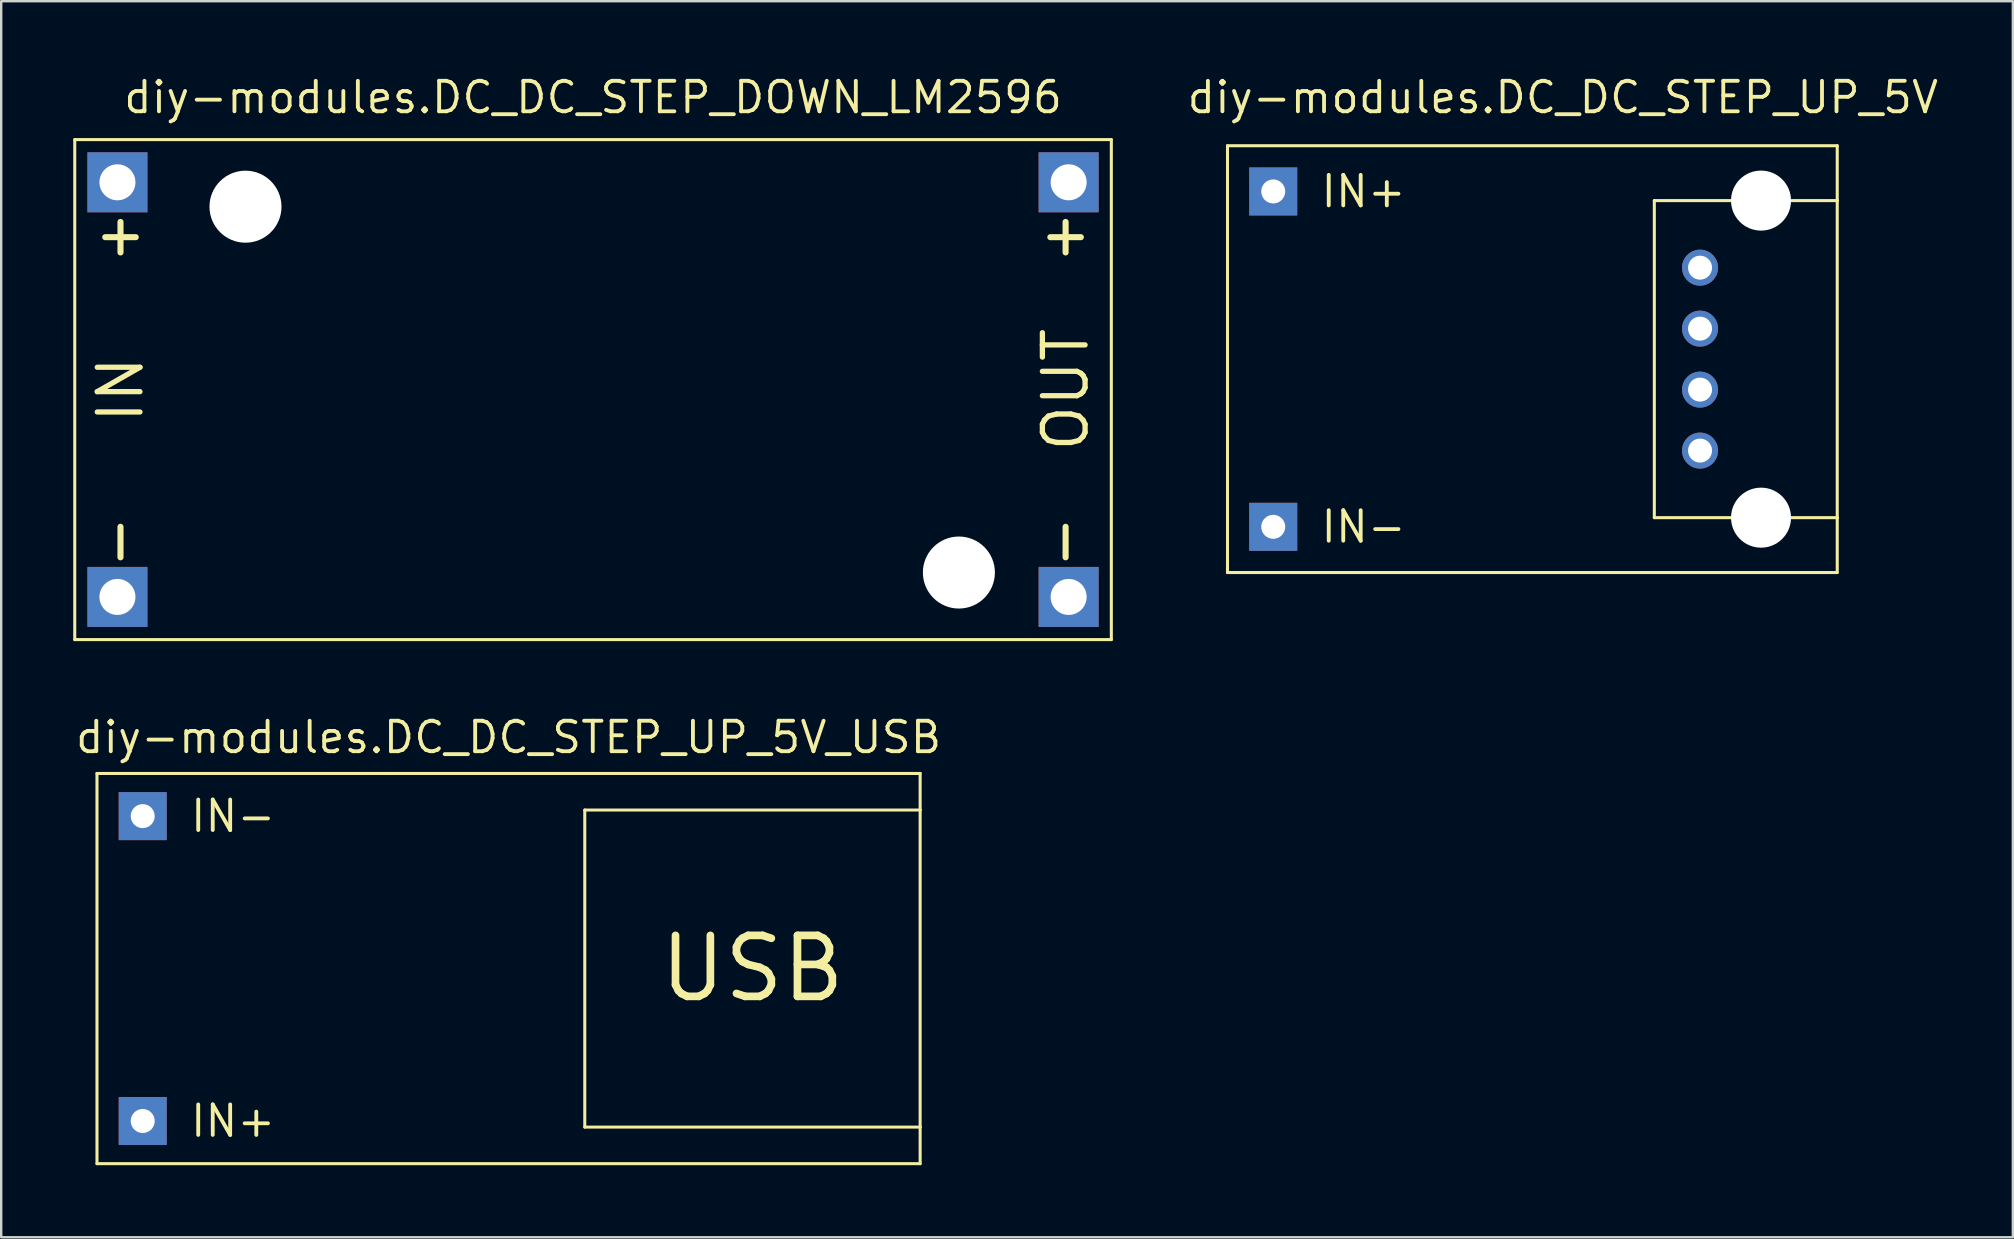
<source format=kicad_pcb>
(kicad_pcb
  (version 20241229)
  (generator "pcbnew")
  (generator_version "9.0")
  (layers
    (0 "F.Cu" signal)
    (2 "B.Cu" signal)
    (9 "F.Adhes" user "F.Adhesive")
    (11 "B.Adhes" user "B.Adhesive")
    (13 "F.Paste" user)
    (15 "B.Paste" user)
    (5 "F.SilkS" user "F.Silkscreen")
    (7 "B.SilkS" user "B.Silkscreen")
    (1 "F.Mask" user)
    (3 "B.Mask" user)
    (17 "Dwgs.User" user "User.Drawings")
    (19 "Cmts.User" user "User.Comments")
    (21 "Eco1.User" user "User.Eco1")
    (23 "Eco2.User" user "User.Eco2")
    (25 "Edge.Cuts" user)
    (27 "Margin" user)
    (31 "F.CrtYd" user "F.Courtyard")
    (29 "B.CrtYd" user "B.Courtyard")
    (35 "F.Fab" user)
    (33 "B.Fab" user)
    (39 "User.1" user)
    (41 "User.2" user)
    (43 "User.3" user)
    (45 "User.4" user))
  (footprint "diy-modules.DC_DC_STEP_DOWN_LM2596"
    (layer "F.Cu")
    (at 21.654 13.18)
    (property "Reference" "diy-modules.DC_DC_STEP_DOWN_LM2596" (at 0 -11.43 0) (layer "F.SilkS") (effects (font (size 1.27 1.27) (thickness 0.16)) (justify bottom)))
    (attr through_hole)
    (fp_line (start -21.59 -10.414) (end 21.59 -10.414) (stroke (width 0.127) (type default)) (layer "F.SilkS"))
    (fp_line (start -21.59 10.414) (end -21.59 -10.414) (stroke (width 0.127) (type default)) (layer "F.SilkS"))
    (fp_line (start -20.32 -6.35) (end -19.05 -6.35) (stroke (width 0.254) (type default)) (layer "F.SilkS"))
    (fp_line (start -19.685 -6.985) (end -19.685 -5.715) (stroke (width 0.254) (type default)) (layer "F.SilkS"))
    (fp_line (start -19.685 6.985) (end -19.685 5.715) (stroke (width 0.254) (type default)) (layer "F.SilkS"))
    (fp_line (start 19.05 -6.35) (end 20.32 -6.35) (stroke (width 0.254) (type default)) (layer "F.SilkS"))
    (fp_line (start 19.685 -6.985) (end 19.685 -5.715) (stroke (width 0.254) (type default)) (layer "F.SilkS"))
    (fp_line (start 19.685 6.985) (end 19.685 5.715) (stroke (width 0.254) (type default)) (layer "F.SilkS"))
    (fp_line (start 21.59 -10.414) (end 21.59 10.414) (stroke (width 0.127) (type default)) (layer "F.SilkS"))
    (fp_line (start 21.59 10.414) (end -21.59 10.414) (stroke (width 0.127) (type default)) (layer "F.SilkS"))
    (fp_text user "OUT" (at 19.685 0 90) (layer "F.SilkS") (effects (font (size 1.778 1.778) (thickness 0.22))))
    (fp_text user "IN" (at -19.685 0 90) (layer "F.SilkS") (effects (font (size 1.778 1.778) (thickness 0.22))))
    (pad "" np_thru_hole circle (at -14.478 -7.62) (size 3 3) (drill 3) (layers "*.Cu" "*.Mask"))
    (pad "" np_thru_hole circle (at 15.24 7.62) (size 3 3) (drill 3) (layers "*.Cu" "*.Mask"))
    (pad "IN+" thru_hole rect (at -19.812 -8.636) (size 2.5 2.5) (drill 1.5) (layers "*.Cu" "*.Mask"))
    (pad "IN-" thru_hole rect (at -19.812 8.636) (size 2.5 2.5) (drill 1.5) (layers "*.Cu" "*.Mask"))
    (pad "OUT+" thru_hole rect (at 19.812 -8.636) (size 2.5 2.5) (drill 1.5) (layers "*.Cu" "*.Mask"))
    (pad "OUT-" thru_hole rect (at 19.812 8.636) (size 2.5 2.5) (drill 1.5) (layers "*.Cu" "*.Mask")))
  (footprint "diy-modules.DC_DC_STEP_UP_5V"
    (layer "F.Cu")
    (at 60.783 11.91)
    (property "Reference" "diy-modules.DC_DC_STEP_UP_5V" (at 1.27 -10.16 0) (layer "F.SilkS") (effects (font (size 1.27 1.27) (thickness 0.16)) (justify bottom)))
    (attr through_hole)
    (fp_line (start -12.7 -8.89) (end 12.7 -8.89) (stroke (width 0.127) (type default)) (layer "F.SilkS"))
    (fp_line (start -12.7 8.89) (end -12.7 -8.89) (stroke (width 0.127) (type default)) (layer "F.SilkS"))
    (fp_line (start 5.08 -6.604) (end 5.08 6.604) (stroke (width 0.127) (type default)) (layer "F.SilkS"))
    (fp_line (start 5.08 6.604) (end 12.7 6.604) (stroke (width 0.127) (type default)) (layer "F.SilkS"))
    (fp_line (start 12.7 -8.89) (end 12.7 -6.604) (stroke (width 0.127) (type default)) (layer "F.SilkS"))
    (fp_line (start 12.7 -6.604) (end 5.08 -6.604) (stroke (width 0.127) (type default)) (layer "F.SilkS"))
    (fp_line (start 12.7 -6.604) (end 12.7 6.604) (stroke (width 0.127) (type default)) (layer "F.SilkS"))
    (fp_line (start 12.7 6.604) (end 12.7 8.89) (stroke (width 0.127) (type default)) (layer "F.SilkS"))
    (fp_line (start 12.7 8.89) (end -12.7 8.89) (stroke (width 0.127) (type default)) (layer "F.SilkS"))
    (fp_text user "IN+" (at -8.89 -6.985 0) (layer "F.SilkS") (effects (font (size 1.27 1.27) (thickness 0.16)) (justify left)))
    (fp_text user "IN-" (at -8.89 6.985 0) (layer "F.SilkS") (effects (font (size 1.27 1.27) (thickness 0.16)) (justify left)))
    (pad "" np_thru_hole circle (at 9.525 -6.604) (size 2.5 2.5) (drill 2.5) (layers "*.Cu" "*.Mask"))
    (pad "" np_thru_hole circle (at 9.525 6.604) (size 2.5 2.5) (drill 2.5) (layers "*.Cu" "*.Mask"))
    (pad "5V" thru_hole circle (at 6.985 3.81) (size 1.5 1.5) (drill 1) (layers "*.Cu" "*.Mask"))
    (pad "D+" thru_hole circle (at 6.985 -1.27) (size 1.5 1.5) (drill 1) (layers "*.Cu" "*.Mask"))
    (pad "D-" thru_hole circle (at 6.985 1.27) (size 1.5 1.5) (drill 1) (layers "*.Cu" "*.Mask"))
    (pad "GND" thru_hole circle (at 6.985 -3.81) (size 1.5 1.5) (drill 1) (layers "*.Cu" "*.Mask"))
    (pad "IN+" thru_hole rect (at -10.795 -6.985) (size 2 2) (drill 1) (layers "*.Cu" "*.Mask"))
    (pad "IN-" thru_hole rect (at -10.795 6.985) (size 2 2) (drill 1) (layers "*.Cu" "*.Mask")))
  (footprint "diy-modules.DC_DC_STEP_UP_5V_USB"
    (layer "F.Cu")
    (at 18.135 37.297)
    (property "Reference" "diy-modules.DC_DC_STEP_UP_5V_USB" (at 0 -8.89 0) (layer "F.SilkS") (effects (font (size 1.27 1.27) (thickness 0.16)) (justify bottom)))
    (attr through_hole)
    (fp_line (start -17.145 -8.128) (end 17.145 -8.128) (stroke (width 0.127) (type default)) (layer "F.SilkS"))
    (fp_line (start -17.145 8.128) (end -17.145 -8.128) (stroke (width 0.127) (type default)) (layer "F.SilkS"))
    (fp_line (start 3.175 -6.604) (end 3.175 6.604) (stroke (width 0.127) (type default)) (layer "F.SilkS"))
    (fp_line (start 3.175 6.604) (end 17.145 6.604) (stroke (width 0.127) (type default)) (layer "F.SilkS"))
    (fp_line (start 17.145 -8.128) (end 17.145 -6.604) (stroke (width 0.127) (type default)) (layer "F.SilkS"))
    (fp_line (start 17.145 -6.604) (end 3.175 -6.604) (stroke (width 0.127) (type default)) (layer "F.SilkS"))
    (fp_line (start 17.145 -6.604) (end 17.145 6.604) (stroke (width 0.127) (type default)) (layer "F.SilkS"))
    (fp_line (start 17.145 6.604) (end 17.145 8.128) (stroke (width 0.127) (type default)) (layer "F.SilkS"))
    (fp_line (start 17.145 8.128) (end -17.145 8.128) (stroke (width 0.127) (type default)) (layer "F.SilkS"))
    (fp_text user "IN+" (at -13.335 6.35 0) (layer "F.SilkS") (effects (font (size 1.27 1.27) (thickness 0.16)) (justify left)))
    (fp_text user "USB" (at 10.16 0 0) (layer "F.SilkS") (effects (font (size 2.54 2.54) (thickness 0.32))))
    (fp_text user "IN-" (at -13.335 -6.35 0) (layer "F.SilkS") (effects (font (size 1.27 1.27) (thickness 0.16)) (justify left)))
    (pad "IN+" thru_hole rect (at -15.24 6.35) (size 2 2) (drill 1) (layers "*.Cu" "*.Mask"))
    (pad "IN-" thru_hole rect (at -15.24 -6.35) (size 2 2) (drill 1) (layers "*.Cu" "*.Mask")))
  (gr_rect
    (start -3 -3)
    (end 80.799 48.489)
    (stroke (width 0.1) (type default))
    (fill no)
    (layer "Edge.Cuts")))
</source>
